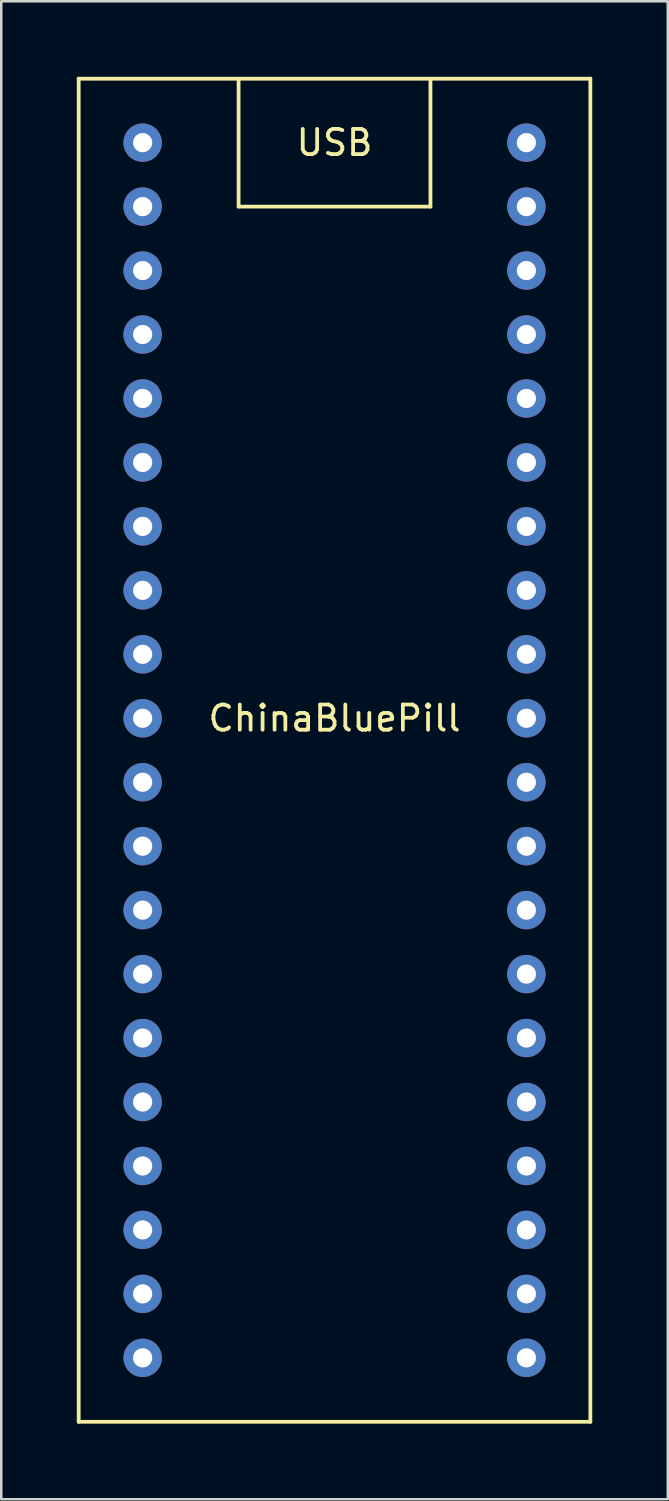
<source format=kicad_pcb>
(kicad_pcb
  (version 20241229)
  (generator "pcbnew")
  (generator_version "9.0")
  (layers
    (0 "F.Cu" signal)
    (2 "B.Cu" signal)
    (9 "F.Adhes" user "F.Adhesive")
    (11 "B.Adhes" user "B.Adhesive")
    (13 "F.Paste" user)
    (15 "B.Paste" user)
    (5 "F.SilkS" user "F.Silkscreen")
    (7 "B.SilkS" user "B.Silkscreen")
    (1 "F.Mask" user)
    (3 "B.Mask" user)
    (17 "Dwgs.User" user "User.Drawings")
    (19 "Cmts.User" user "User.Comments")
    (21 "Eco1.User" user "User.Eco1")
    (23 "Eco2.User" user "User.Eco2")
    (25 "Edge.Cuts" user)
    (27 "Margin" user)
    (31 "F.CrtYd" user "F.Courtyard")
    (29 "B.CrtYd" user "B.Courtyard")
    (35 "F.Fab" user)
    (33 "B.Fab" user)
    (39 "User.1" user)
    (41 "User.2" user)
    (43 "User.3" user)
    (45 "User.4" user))
  (footprint "ChinaBluePill"
    (layer "F.Cu")
    (at 2.615 50.875)
    (property "Reference" "ChinaBluePill" (at 7.62 -25.4 0) (layer "F.SilkS") (effects (font (size 1 1) (thickness 0.15))))
    (attr through_hole)
    (fp_line (start -2.54 -50.8) (end 17.78 -50.8) (stroke (width 0.15) (type solid)) (layer "F.SilkS"))
    (fp_line (start -2.54 2.54) (end -2.54 -50.8) (stroke (width 0.15) (type solid)) (layer "F.SilkS"))
    (fp_line (start 3.81 -50.8) (end 3.81 -45.72) (stroke (width 0.15) (type solid)) (layer "F.SilkS"))
    (fp_line (start 3.81 -45.72) (end 11.43 -45.72) (stroke (width 0.15) (type solid)) (layer "F.SilkS"))
    (fp_line (start 11.43 -45.72) (end 11.43 -50.8) (stroke (width 0.15) (type solid)) (layer "F.SilkS"))
    (fp_line (start 17.78 -50.8) (end 17.78 2.54) (stroke (width 0.15) (type solid)) (layer "F.SilkS"))
    (fp_line (start 17.78 2.54) (end -2.54 2.54) (stroke (width 0.15) (type solid)) (layer "F.SilkS"))
    (fp_text user "USB" (at 7.62 -48.26 0) (layer "F.SilkS") (effects (font (size 1 1) (thickness 0.15))))
    (pad "1" thru_hole circle (at 15.24 0 90) (size 1.524 1.524) (drill 0.762) (layers "*.Cu" "*.Mask"))
    (pad "2" thru_hole circle (at 15.24 -2.54 90) (size 1.524 1.524) (drill 0.762) (layers "*.Cu" "*.Mask"))
    (pad "3" thru_hole circle (at 15.24 -5.08 90) (size 1.524 1.524) (drill 0.762) (layers "*.Cu" "*.Mask"))
    (pad "4" thru_hole circle (at 15.24 -7.62 90) (size 1.524 1.524) (drill 0.762) (layers "*.Cu" "*.Mask"))
    (pad "5" thru_hole circle (at 15.24 -10.16 90) (size 1.524 1.524) (drill 0.762) (layers "*.Cu" "*.Mask"))
    (pad "6" thru_hole circle (at 15.24 -12.7 90) (size 1.524 1.524) (drill 0.762) (layers "*.Cu" "*.Mask"))
    (pad "7" thru_hole circle (at 15.24 -15.24 90) (size 1.524 1.524) (drill 0.762) (layers "*.Cu" "*.Mask"))
    (pad "8" thru_hole circle (at 15.24 -17.78 90) (size 1.524 1.524) (drill 0.762) (layers "*.Cu" "*.Mask"))
    (pad "9" thru_hole circle (at 15.24 -20.32 90) (size 1.524 1.524) (drill 0.762) (layers "*.Cu" "*.Mask"))
    (pad "10" thru_hole circle (at 15.24 -22.86 90) (size 1.524 1.524) (drill 0.762) (layers "*.Cu" "*.Mask"))
    (pad "11" thru_hole circle (at 15.24 -25.4 90) (size 1.524 1.524) (drill 0.762) (layers "*.Cu" "*.Mask"))
    (pad "12" thru_hole circle (at 15.24 -27.94 90) (size 1.524 1.524) (drill 0.762) (layers "*.Cu" "*.Mask"))
    (pad "13" thru_hole circle (at 15.24 -30.48 90) (size 1.524 1.524) (drill 0.762) (layers "*.Cu" "*.Mask"))
    (pad "14" thru_hole circle (at 15.24 -33.02 90) (size 1.524 1.524) (drill 0.762) (layers "*.Cu" "*.Mask"))
    (pad "15" thru_hole circle (at 15.24 -35.56 90) (size 1.524 1.524) (drill 0.762) (layers "*.Cu" "*.Mask"))
    (pad "16" thru_hole circle (at 15.24 -38.1 90) (size 1.524 1.524) (drill 0.762) (layers "*.Cu" "*.Mask"))
    (pad "17" thru_hole circle (at 15.24 -40.64 90) (size 1.524 1.524) (drill 0.762) (layers "*.Cu" "*.Mask"))
    (pad "18" thru_hole circle (at 15.24 -43.18 90) (size 1.524 1.524) (drill 0.762) (layers "*.Cu" "*.Mask"))
    (pad "19" thru_hole circle (at 15.24 -45.72 90) (size 1.524 1.524) (drill 0.762) (layers "*.Cu" "*.Mask"))
    (pad "20" thru_hole circle (at 15.24 -48.26 90) (size 1.524 1.524) (drill 0.762) (layers "*.Cu" "*.Mask"))
    (pad "21" thru_hole circle (at 0 -48.26 90) (size 1.524 1.524) (drill 0.762) (layers "*.Cu" "*.Mask"))
    (pad "22" thru_hole circle (at 0 -45.72 90) (size 1.524 1.524) (drill 0.762) (layers "*.Cu" "*.Mask"))
    (pad "23" thru_hole circle (at 0 -43.18 90) (size 1.524 1.524) (drill 0.762) (layers "*.Cu" "*.Mask"))
    (pad "24" thru_hole circle (at 0 -40.64 90) (size 1.524 1.524) (drill 0.762) (layers "*.Cu" "*.Mask"))
    (pad "25" thru_hole circle (at 0 -38.1 90) (size 1.524 1.524) (drill 0.762) (layers "*.Cu" "*.Mask"))
    (pad "26" thru_hole circle (at 0 -35.56 90) (size 1.524 1.524) (drill 0.762) (layers "*.Cu" "*.Mask"))
    (pad "27" thru_hole circle (at 0 -33.02 90) (size 1.524 1.524) (drill 0.762) (layers "*.Cu" "*.Mask"))
    (pad "28" thru_hole circle (at 0 -30.48 90) (size 1.524 1.524) (drill 0.762) (layers "*.Cu" "*.Mask"))
    (pad "29" thru_hole circle (at 0 -27.94 90) (size 1.524 1.524) (drill 0.762) (layers "*.Cu" "*.Mask"))
    (pad "30" thru_hole circle (at 0 -25.4 90) (size 1.524 1.524) (drill 0.762) (layers "*.Cu" "*.Mask"))
    (pad "31" thru_hole circle (at 0 -22.86 90) (size 1.524 1.524) (drill 0.762) (layers "*.Cu" "*.Mask"))
    (pad "32" thru_hole circle (at 0 -20.32 90) (size 1.524 1.524) (drill 0.762) (layers "*.Cu" "*.Mask"))
    (pad "33" thru_hole circle (at 0 -17.78 90) (size 1.524 1.524) (drill 0.762) (layers "*.Cu" "*.Mask"))
    (pad "34" thru_hole circle (at 0 -15.24 90) (size 1.524 1.524) (drill 0.762) (layers "*.Cu" "*.Mask"))
    (pad "35" thru_hole circle (at 0 -12.7 90) (size 1.524 1.524) (drill 0.762) (layers "*.Cu" "*.Mask"))
    (pad "36" thru_hole circle (at 0 -10.16 90) (size 1.524 1.524) (drill 0.762) (layers "*.Cu" "*.Mask"))
    (pad "37" thru_hole circle (at 0 -7.62 90) (size 1.524 1.524) (drill 0.762) (layers "*.Cu" "*.Mask"))
    (pad "38" thru_hole circle (at 0 -5.08 90) (size 1.524 1.524) (drill 0.762) (layers "*.Cu" "*.Mask"))
    (pad "39" thru_hole circle (at 0 -2.54 90) (size 1.524 1.524) (drill 0.762) (layers "*.Cu" "*.Mask"))
    (pad "40" thru_hole circle (at 0 0 90) (size 1.524 1.524) (drill 0.762) (layers "*.Cu" "*.Mask")))
  (gr_rect
    (start -3 -3)
    (end 23.47 56.49)
    (stroke (width 0.1) (type default))
    (fill no)
    (layer "Edge.Cuts")))
</source>
